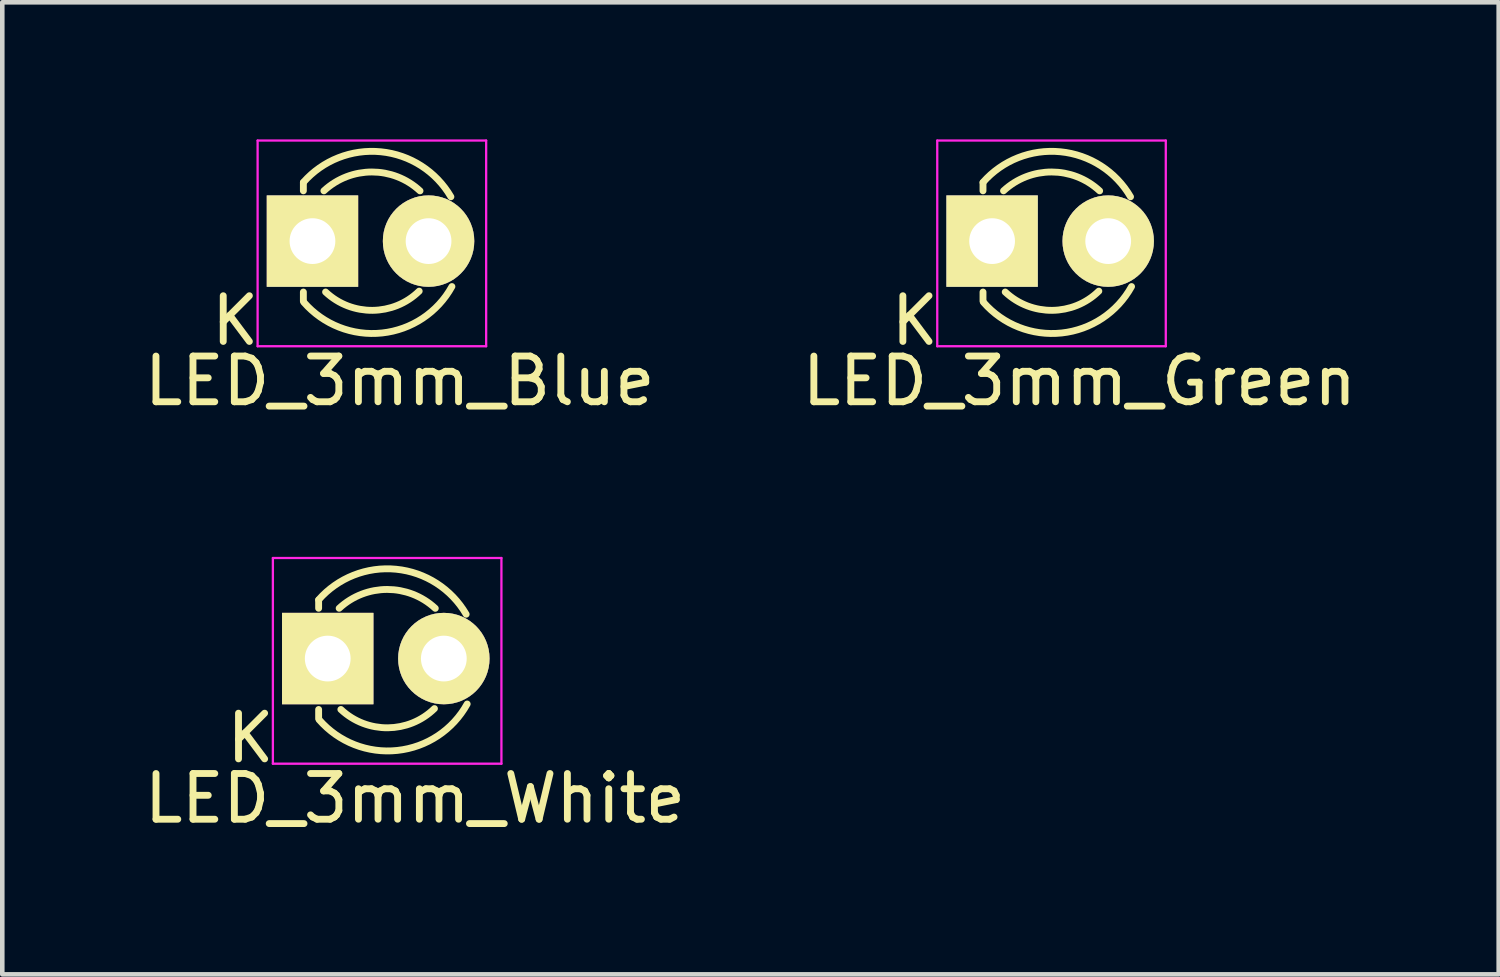
<source format=kicad_pcb>
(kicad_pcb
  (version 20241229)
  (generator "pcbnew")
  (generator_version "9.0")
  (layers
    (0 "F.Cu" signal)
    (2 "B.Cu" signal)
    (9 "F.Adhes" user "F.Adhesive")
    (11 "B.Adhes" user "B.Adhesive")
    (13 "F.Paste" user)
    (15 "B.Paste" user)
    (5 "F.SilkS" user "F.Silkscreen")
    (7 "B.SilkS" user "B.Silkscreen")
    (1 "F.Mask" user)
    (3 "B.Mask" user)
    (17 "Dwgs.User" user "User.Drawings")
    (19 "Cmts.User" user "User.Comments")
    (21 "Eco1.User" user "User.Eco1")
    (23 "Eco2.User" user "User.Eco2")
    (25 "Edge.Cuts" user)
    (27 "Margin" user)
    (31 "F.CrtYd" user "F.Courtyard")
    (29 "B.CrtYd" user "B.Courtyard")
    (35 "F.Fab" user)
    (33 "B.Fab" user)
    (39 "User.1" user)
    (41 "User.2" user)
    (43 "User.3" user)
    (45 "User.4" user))
  (footprint "LED_3mm_Green"
    (layer "F.Cu")
    (at 17.385 2.225)
    (property "Reference" "LED_3mm_Green" (at 3.18 3.06 0) (layer "F.SilkS") (effects (font (size 1 1) (thickness 0.15))))
    (attr through_hole)
    (fp_line (start 1.071 -1.28) (end 1.071 -1.1) (stroke (width 0.15) (type solid)) (layer "F.SilkS"))
    (fp_line (start 1.071 1.314) (end 1.071 1.114) (stroke (width 0.15) (type solid)) (layer "F.SilkS"))
    (fp_arc (start 1.071 -1.286) (mid 2.765903 -1.954571) (end 4.298744 -0.969643) (stroke (width 0.15) (type solid)) (layer "F.SilkS"))
    (fp_arc (start 1.52 -1.1) (mid 2.571686 -1.512142) (end 3.623005 -1.099067) (stroke (width 0.15) (type solid)) (layer "F.SilkS"))
    (fp_arc (start 3.605 1.094) (mid 2.58492 1.51473) (end 1.557111 1.113252) (stroke (width 0.15) (type solid)) (layer "F.SilkS"))
    (fp_arc (start 4.321 0.994) (mid 2.792637 2.009958) (end 1.08378 1.340726) (stroke (width 0.15) (type solid)) (layer "F.SilkS"))
    (fp_line (start 0.07 -2.2) (end 0.07 2.3) (stroke (width 0.05) (type solid)) (layer "F.CrtYd"))
    (fp_line (start 0.07 2.3) (end 5.07 2.3) (stroke (width 0.05) (type solid)) (layer "F.CrtYd"))
    (fp_line (start 5.07 -2.2) (end 0.07 -2.2) (stroke (width 0.05) (type solid)) (layer "F.CrtYd"))
    (fp_line (start 5.07 2.3) (end 5.07 -2.2) (stroke (width 0.05) (type solid)) (layer "F.CrtYd"))
    (fp_text user "K" (at -0.42 1.74 0) (layer "F.SilkS") (effects (font (size 1 1) (thickness 0.15))))
    (pad "1" thru_hole rect (at 1.27 0 90) (size 2 2) (drill 1.001) (layers "*.Cu" "*.Mask" "F.SilkS"))
    (pad "2" thru_hole circle (at 3.81 0) (size 2 2) (drill 1.001) (layers "*.Cu" "*.Mask" "F.SilkS")))
  (footprint "LED_3mm_Blue"
    (layer "F.Cu")
    (at 2.516 2.225)
    (property "Reference" "LED_3mm_Blue" (at 3.18 3.06 0) (layer "F.SilkS") (effects (font (size 1 1) (thickness 0.15))))
    (attr through_hole)
    (fp_line (start 1.071 -1.28) (end 1.071 -1.1) (stroke (width 0.15) (type solid)) (layer "F.SilkS"))
    (fp_line (start 1.071 1.314) (end 1.071 1.114) (stroke (width 0.15) (type solid)) (layer "F.SilkS"))
    (fp_arc (start 1.071 -1.286) (mid 2.765903 -1.954571) (end 4.298744 -0.969643) (stroke (width 0.15) (type solid)) (layer "F.SilkS"))
    (fp_arc (start 1.52 -1.1) (mid 2.571686 -1.512142) (end 3.623005 -1.099067) (stroke (width 0.15) (type solid)) (layer "F.SilkS"))
    (fp_arc (start 3.605 1.094) (mid 2.58492 1.51473) (end 1.557111 1.113252) (stroke (width 0.15) (type solid)) (layer "F.SilkS"))
    (fp_arc (start 4.321 0.994) (mid 2.792637 2.009958) (end 1.08378 1.340726) (stroke (width 0.15) (type solid)) (layer "F.SilkS"))
    (fp_line (start 0.07 -2.2) (end 0.07 2.3) (stroke (width 0.05) (type solid)) (layer "F.CrtYd"))
    (fp_line (start 0.07 2.3) (end 5.07 2.3) (stroke (width 0.05) (type solid)) (layer "F.CrtYd"))
    (fp_line (start 5.07 -2.2) (end 0.07 -2.2) (stroke (width 0.05) (type solid)) (layer "F.CrtYd"))
    (fp_line (start 5.07 2.3) (end 5.07 -2.2) (stroke (width 0.05) (type solid)) (layer "F.CrtYd"))
    (fp_text user "K" (at -0.42 1.74 0) (layer "F.SilkS") (effects (font (size 1 1) (thickness 0.15))))
    (pad "1" thru_hole rect (at 1.27 0 90) (size 2 2) (drill 1.001) (layers "*.Cu" "*.Mask" "F.SilkS"))
    (pad "2" thru_hole circle (at 3.81 0) (size 2 2) (drill 1.001) (layers "*.Cu" "*.Mask" "F.SilkS")))
  (footprint "LED_3mm_White"
    (layer "F.Cu")
    (at 2.85 11.358)
    (property "Reference" "LED_3mm_White" (at 3.18 3.06 0) (layer "F.SilkS") (effects (font (size 1 1) (thickness 0.15))))
    (attr through_hole)
    (fp_line (start 1.071 -1.28) (end 1.071 -1.1) (stroke (width 0.15) (type solid)) (layer "F.SilkS"))
    (fp_line (start 1.071 1.314) (end 1.071 1.114) (stroke (width 0.15) (type solid)) (layer "F.SilkS"))
    (fp_arc (start 1.071 -1.286) (mid 2.765903 -1.954571) (end 4.298744 -0.969643) (stroke (width 0.15) (type solid)) (layer "F.SilkS"))
    (fp_arc (start 1.52 -1.1) (mid 2.571686 -1.512142) (end 3.623005 -1.099067) (stroke (width 0.15) (type solid)) (layer "F.SilkS"))
    (fp_arc (start 3.605 1.094) (mid 2.58492 1.51473) (end 1.557111 1.113252) (stroke (width 0.15) (type solid)) (layer "F.SilkS"))
    (fp_arc (start 4.321 0.994) (mid 2.792637 2.009958) (end 1.08378 1.340726) (stroke (width 0.15) (type solid)) (layer "F.SilkS"))
    (fp_line (start 0.07 -2.2) (end 0.07 2.3) (stroke (width 0.05) (type solid)) (layer "F.CrtYd"))
    (fp_line (start 0.07 2.3) (end 5.07 2.3) (stroke (width 0.05) (type solid)) (layer "F.CrtYd"))
    (fp_line (start 5.07 -2.2) (end 0.07 -2.2) (stroke (width 0.05) (type solid)) (layer "F.CrtYd"))
    (fp_line (start 5.07 2.3) (end 5.07 -2.2) (stroke (width 0.05) (type solid)) (layer "F.CrtYd"))
    (fp_text user "K" (at -0.42 1.74 0) (layer "F.SilkS") (effects (font (size 1 1) (thickness 0.15))))
    (pad "1" thru_hole rect (at 1.27 0 90) (size 2 2) (drill 1.001) (layers "*.Cu" "*.Mask" "F.SilkS"))
    (pad "2" thru_hole circle (at 3.81 0) (size 2 2) (drill 1.001) (layers "*.Cu" "*.Mask" "F.SilkS")))
  (gr_rect
    (start -3 -3)
    (end 29.738 18.267)
    (stroke (width 0.1) (type default))
    (fill no)
    (layer "Edge.Cuts")))
</source>
